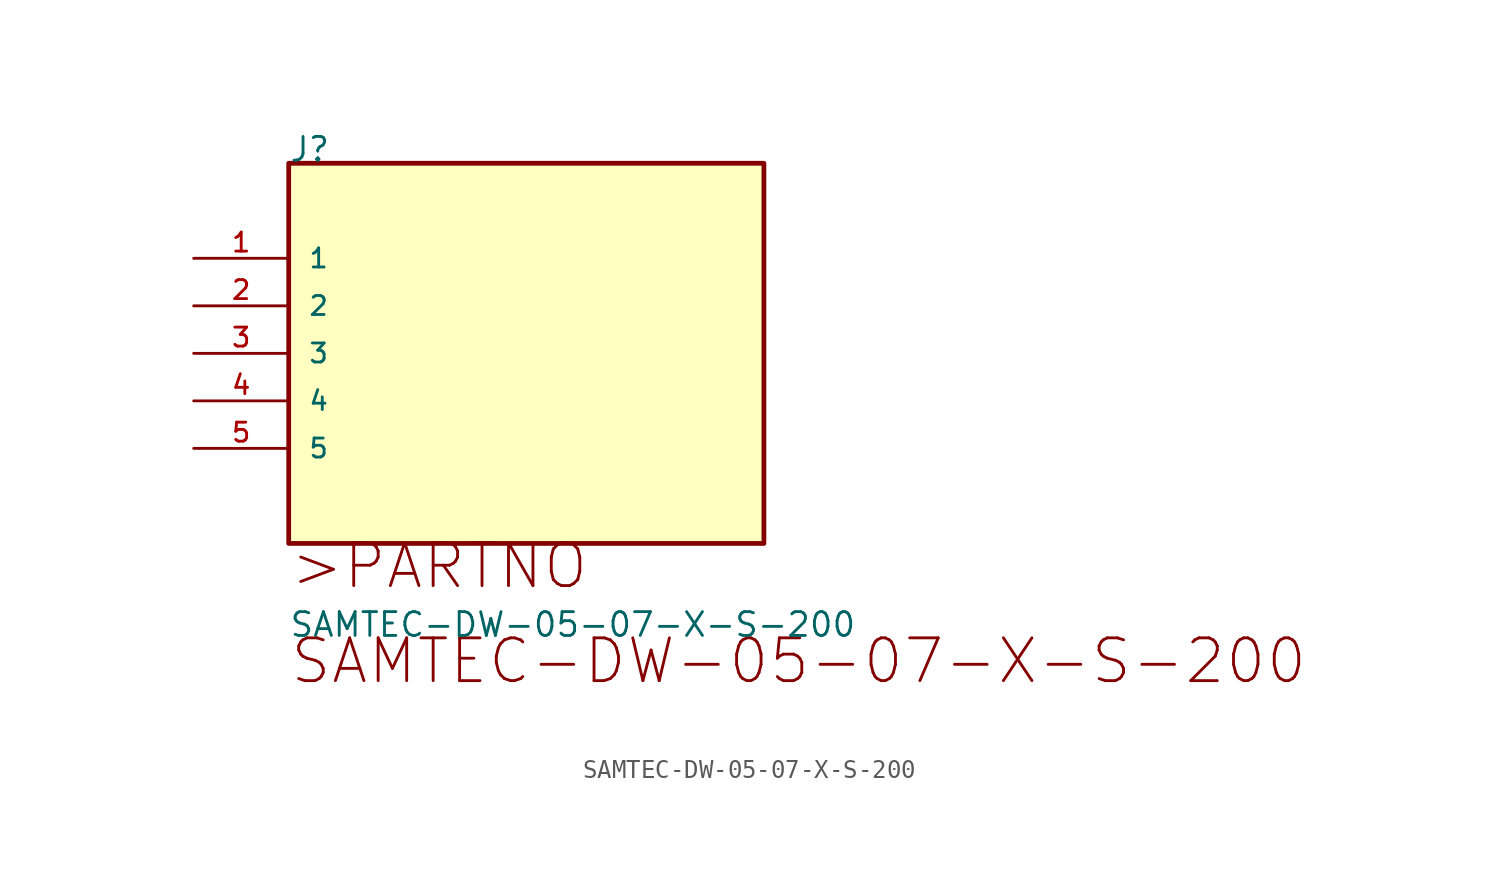
<source format=kicad_sym>
(kicad_symbol_lib
  (version 20211014)
  (generator kicad_symbol_editor)
  (symbol "SAMTEC-DW-05-07-X-S-200"
    (pin_names
      (offset 1.016))
    (property "Reference" "J"
      (at 0.0 5.08 0)
      (effects (font (size 1.27 1.27)) (justify bottom left)))
    (property "Value" "SAMTEC-DW-05-07-X-S-200"
      (at 0.0 -20.32 0)
      (effects (font (size 1.27 1.27)) (justify bottom left)))
    (symbol "SAMTEC-DW-05-07-X-S-200_0_0"
      (text ">PARTNO" (at 0.0 -17.78 0) (effects (font (size 2.286 2.286)) (justify bottom left)))
      (text "SAMTEC-DW-05-07-X-S-200" (at 0.0 -22.86 0) (effects (font (size 2.286 2.286)) (justify bottom left)))
      (rectangle (start -1.7763568394e-15 -15.24) (end 25.4 5.08) (stroke (width 0.254)) (fill (type background)))
      (pin bidirectional line (at -5.08 -0.0 0) (length 5.08) (name "1" (effects (font (size 1.016 1.016)))) (number "1" (effects (font (size 1.016 1.016)))))
      (pin bidirectional line (at -5.08 -2.54 0) (length 5.08) (name "2" (effects (font (size 1.016 1.016)))) (number "2" (effects (font (size 1.016 1.016)))))
      (pin bidirectional line (at -5.08 -5.08 0) (length 5.08) (name "3" (effects (font (size 1.016 1.016)))) (number "3" (effects (font (size 1.016 1.016)))))
      (pin bidirectional line (at -5.08 -7.62 0) (length 5.08) (name "4" (effects (font (size 1.016 1.016)))) (number "4" (effects (font (size 1.016 1.016)))))
      (pin bidirectional line (at -5.08 -10.16 0) (length 5.08) (name "5" (effects (font (size 1.016 1.016)))) (number "5" (effects (font (size 1.016 1.016))))))))
</source>
